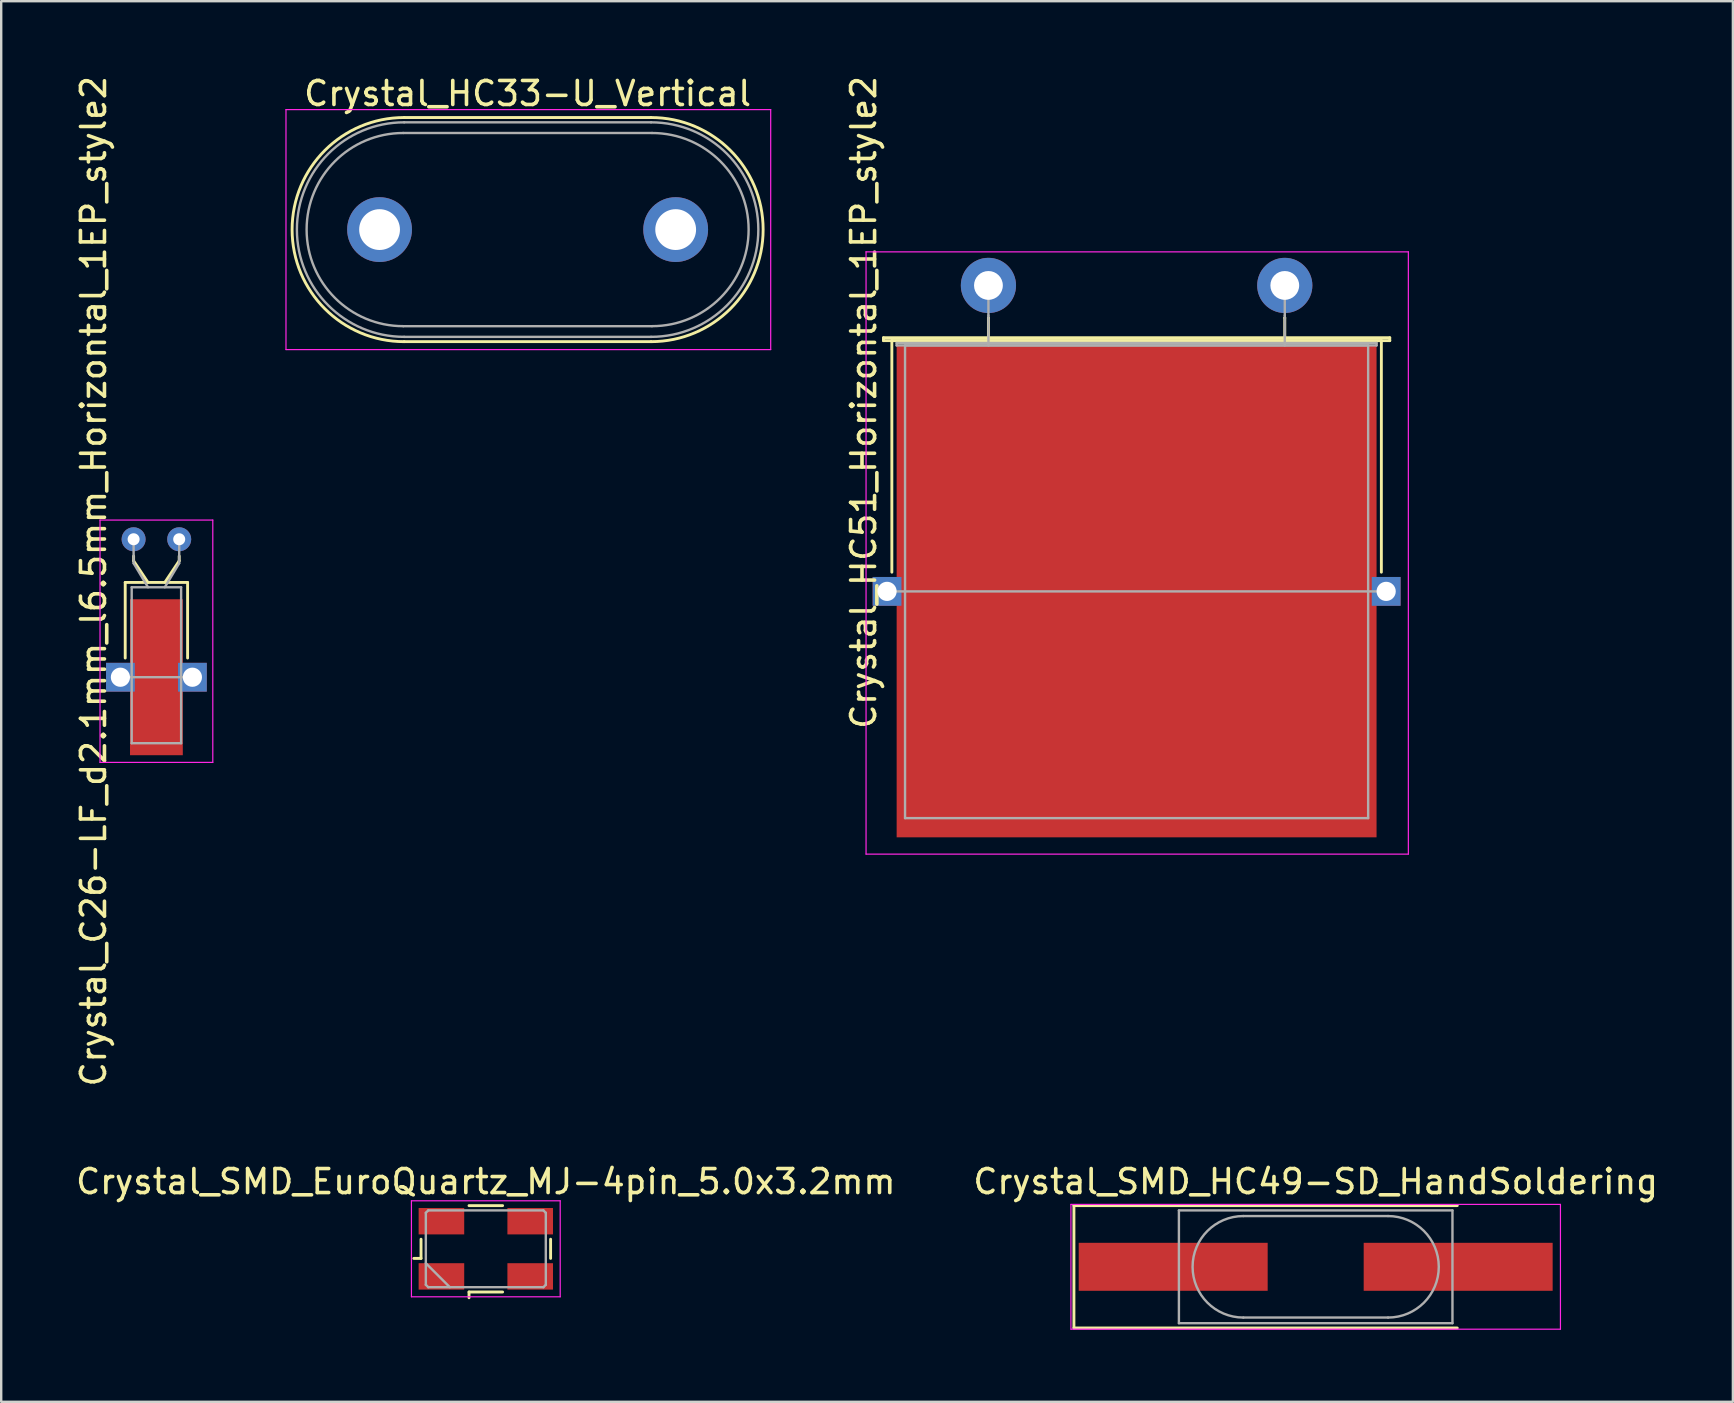
<source format=kicad_pcb>
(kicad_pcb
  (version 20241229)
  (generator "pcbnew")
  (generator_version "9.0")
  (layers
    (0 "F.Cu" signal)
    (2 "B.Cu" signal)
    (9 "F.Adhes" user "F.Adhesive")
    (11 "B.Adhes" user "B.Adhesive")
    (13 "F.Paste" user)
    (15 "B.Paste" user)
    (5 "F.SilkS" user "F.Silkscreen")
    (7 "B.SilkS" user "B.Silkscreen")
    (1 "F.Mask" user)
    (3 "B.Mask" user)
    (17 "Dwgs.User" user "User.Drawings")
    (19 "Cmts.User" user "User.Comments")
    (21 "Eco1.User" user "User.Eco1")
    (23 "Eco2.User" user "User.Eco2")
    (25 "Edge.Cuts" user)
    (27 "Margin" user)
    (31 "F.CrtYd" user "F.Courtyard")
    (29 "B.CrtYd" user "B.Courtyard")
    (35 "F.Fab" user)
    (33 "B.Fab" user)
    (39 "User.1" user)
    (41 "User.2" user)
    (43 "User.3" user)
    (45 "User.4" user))
  (footprint "Crystal_SMD_EuroQuartz_MJ-4pin_5.0x3.2mm"
    (layer "F.Cu")
    (at 17.196 48.993)
    (property "Reference" "Crystal_SMD_EuroQuartz_MJ-4pin_5.0x3.2mm" (at 0 -2.8 0) (layer "F.SilkS") (effects (font (size 1 1) (thickness 0.15))))
    (attr smd)
    (fp_line (start -3 0.4) (end -2.7 0.4) (stroke (width 0.12) (type solid)) (layer "F.SilkS"))
    (fp_line (start -2.7 0.4) (end -2.7 -0.4) (stroke (width 0.12) (type solid)) (layer "F.SilkS"))
    (fp_line (start -0.7 -1.8) (end 0.7 -1.8) (stroke (width 0.12) (type solid)) (layer "F.SilkS"))
    (fp_line (start -0.7 1.8) (end -0.7 2.04) (stroke (width 0.12) (type solid)) (layer "F.SilkS"))
    (fp_line (start 0.7 1.8) (end -0.7 1.8) (stroke (width 0.12) (type solid)) (layer "F.SilkS"))
    (fp_line (start 2.7 -0.4) (end 2.7 0.4) (stroke (width 0.12) (type solid)) (layer "F.SilkS"))
    (fp_line (start -3.1 -2) (end -3.1 2) (stroke (width 0.05) (type solid)) (layer "F.CrtYd"))
    (fp_line (start -3.1 2) (end 3.1 2) (stroke (width 0.05) (type solid)) (layer "F.CrtYd"))
    (fp_line (start 3.1 -2) (end -3.1 -2) (stroke (width 0.05) (type solid)) (layer "F.CrtYd"))
    (fp_line (start 3.1 2) (end 3.1 -2) (stroke (width 0.05) (type solid)) (layer "F.CrtYd"))
    (fp_line (start -2.5 -1.5) (end -2.4 -1.6) (stroke (width 0.1) (type solid)) (layer "F.Fab"))
    (fp_line (start -2.5 0.6) (end -1.5 1.6) (stroke (width 0.1) (type solid)) (layer "F.Fab"))
    (fp_line (start -2.5 1.5) (end -2.5 -1.5) (stroke (width 0.1) (type solid)) (layer "F.Fab"))
    (fp_line (start -2.4 -1.6) (end 2.4 -1.6) (stroke (width 0.1) (type solid)) (layer "F.Fab"))
    (fp_line (start -2.4 1.6) (end -2.5 1.5) (stroke (width 0.1) (type solid)) (layer "F.Fab"))
    (fp_line (start 2.4 -1.6) (end 2.5 -1.5) (stroke (width 0.1) (type solid)) (layer "F.Fab"))
    (fp_line (start 2.4 1.6) (end -2.4 1.6) (stroke (width 0.1) (type solid)) (layer "F.Fab"))
    (fp_line (start 2.5 -1.5) (end 2.5 1.5) (stroke (width 0.1) (type solid)) (layer "F.Fab"))
    (fp_line (start 2.5 1.5) (end 2.4 1.6) (stroke (width 0.1) (type solid)) (layer "F.Fab"))
    (pad "1" smd rect (at -1.85 1.15) (size 1.9 1.1) (layers "F.Cu" "F.Mask"))
    (pad "2" smd rect (at 1.85 1.15) (size 1.9 1.1) (layers "F.Cu" "F.Mask"))
    (pad "3" smd rect (at 1.85 -1.15) (size 1.9 1.1) (layers "F.Cu" "F.Mask"))
    (pad "4" smd rect (at -1.85 -1.15) (size 1.9 1.1) (layers "F.Cu" "F.Mask")))
  (footprint "Crystal_HC51_Horizontal_1EP_style2"
    (layer "F.Cu")
    (at 38.142 8.845)
    (property "Reference" "Crystal_HC51_Horizontal_1EP_style2" (at -5.2 4.875 90) (layer "F.SilkS") (effects (font (size 1 1) (thickness 0.15))))
    (attr through_hole)
    (fp_line (start -4.375 2.18) (end 16.725 2.18) (stroke (width 0.12) (type solid)) (layer "F.SilkS"))
    (fp_line (start -4.375 2.3) (end -4.375 2.18) (stroke (width 0.12) (type solid)) (layer "F.SilkS"))
    (fp_line (start -4.025 2.3) (end 16.375 2.3) (stroke (width 0.12) (type solid)) (layer "F.SilkS"))
    (fp_line (start -4.025 11.95) (end -4.025 2.3) (stroke (width 0.12) (type solid)) (layer "F.SilkS"))
    (fp_line (start 0 1.35) (end 0 1.35) (stroke (width 0.12) (type solid)) (layer "F.SilkS"))
    (fp_line (start 0 2.3) (end 0 1.35) (stroke (width 0.12) (type solid)) (layer "F.SilkS"))
    (fp_line (start 12.35 1.35) (end 12.35 1.35) (stroke (width 0.12) (type solid)) (layer "F.SilkS"))
    (fp_line (start 12.35 2.3) (end 12.35 1.35) (stroke (width 0.12) (type solid)) (layer "F.SilkS"))
    (fp_line (start 16.375 2.3) (end 16.375 11.95) (stroke (width 0.12) (type solid)) (layer "F.SilkS"))
    (fp_line (start 16.725 2.18) (end 16.725 2.3) (stroke (width 0.12) (type solid)) (layer "F.SilkS"))
    (fp_line (start 16.725 2.3) (end -4.375 2.3) (stroke (width 0.12) (type solid)) (layer "F.SilkS"))
    (fp_line (start -5.1 -1.4) (end -5.1 23.7) (stroke (width 0.05) (type solid)) (layer "F.CrtYd"))
    (fp_line (start -5.1 23.7) (end 17.5 23.7) (stroke (width 0.05) (type solid)) (layer "F.CrtYd"))
    (fp_line (start 17.5 -1.4) (end -5.1 -1.4) (stroke (width 0.05) (type solid)) (layer "F.CrtYd"))
    (fp_line (start 17.5 23.7) (end 17.5 -1.4) (stroke (width 0.05) (type solid)) (layer "F.CrtYd"))
    (fp_line (start -4.225 12.75) (end 16.575 12.75) (stroke (width 0.1) (type solid)) (layer "F.Fab"))
    (fp_line (start -3.825 2.4) (end 16.175 2.4) (stroke (width 0.1) (type solid)) (layer "F.Fab"))
    (fp_line (start -3.825 2.5) (end -3.825 2.4) (stroke (width 0.1) (type solid)) (layer "F.Fab"))
    (fp_line (start -3.475 2.5) (end -3.475 22.2) (stroke (width 0.1) (type solid)) (layer "F.Fab"))
    (fp_line (start -3.475 22.2) (end 15.825 22.2) (stroke (width 0.1) (type solid)) (layer "F.Fab"))
    (fp_line (start 0 1.25) (end 0 0) (stroke (width 0.1) (type solid)) (layer "F.Fab"))
    (fp_line (start 0 2.5) (end 0 1.25) (stroke (width 0.1) (type solid)) (layer "F.Fab"))
    (fp_line (start 12.35 1.25) (end 12.35 0) (stroke (width 0.1) (type solid)) (layer "F.Fab"))
    (fp_line (start 12.35 2.5) (end 12.35 1.25) (stroke (width 0.1) (type solid)) (layer "F.Fab"))
    (fp_line (start 15.825 2.5) (end -3.475 2.5) (stroke (width 0.1) (type solid)) (layer "F.Fab"))
    (fp_line (start 15.825 22.2) (end 15.825 2.5) (stroke (width 0.1) (type solid)) (layer "F.Fab"))
    (fp_line (start 16.175 2.4) (end 16.175 2.5) (stroke (width 0.1) (type solid)) (layer "F.Fab"))
    (fp_line (start 16.175 2.5) (end -3.825 2.5) (stroke (width 0.1) (type solid)) (layer "F.Fab"))
    (pad "1" thru_hole circle (at 0 0) (size 2.3 2.3) (drill 1.2) (layers "*.Cu" "*.Mask"))
    (pad "2" thru_hole circle (at 12.35 0) (size 2.3 2.3) (drill 1.2) (layers "*.Cu" "*.Mask"))
    (pad "3" thru_hole rect (at -4.225 12.75) (size 1.2 1.2) (drill 0.8) (layers "*.Cu" "*.Mask"))
    (pad "3" smd rect (at 6.175 12.75) (size 20 20.5) (layers "F.Cu" "F.Mask"))
    (pad "3" thru_hole rect (at 16.575 12.75) (size 1.2 1.2) (drill 0.8) (layers "*.Cu" "*.Mask")))
  (footprint "Crystal_SMD_HC49-SD_HandSoldering"
    (layer "F.Cu")
    (at 51.78 49.743)
    (property "Reference" "Crystal_SMD_HC49-SD_HandSoldering" (at 0 -3.55 0) (layer "F.SilkS") (effects (font (size 1 1) (thickness 0.15))))
    (attr smd)
    (fp_line (start -10.075 -2.55) (end -10.075 2.55) (stroke (width 0.12) (type solid)) (layer "F.SilkS"))
    (fp_line (start -10.075 2.55) (end 5.9 2.55) (stroke (width 0.12) (type solid)) (layer "F.SilkS"))
    (fp_line (start 5.9 -2.55) (end -10.075 -2.55) (stroke (width 0.12) (type solid)) (layer "F.SilkS"))
    (fp_line (start -10.2 -2.6) (end -10.2 2.6) (stroke (width 0.05) (type solid)) (layer "F.CrtYd"))
    (fp_line (start -10.2 2.6) (end 10.2 2.6) (stroke (width 0.05) (type solid)) (layer "F.CrtYd"))
    (fp_line (start 10.2 -2.6) (end -10.2 -2.6) (stroke (width 0.05) (type solid)) (layer "F.CrtYd"))
    (fp_line (start 10.2 2.6) (end 10.2 -2.6) (stroke (width 0.05) (type solid)) (layer "F.CrtYd"))
    (fp_line (start -5.7 -2.35) (end -5.7 2.35) (stroke (width 0.1) (type solid)) (layer "F.Fab"))
    (fp_line (start -5.7 2.35) (end 5.7 2.35) (stroke (width 0.1) (type solid)) (layer "F.Fab"))
    (fp_line (start -3.015 -2.115) (end 3.015 -2.115) (stroke (width 0.1) (type solid)) (layer "F.Fab"))
    (fp_line (start -3.015 2.115) (end 3.015 2.115) (stroke (width 0.1) (type solid)) (layer "F.Fab"))
    (fp_line (start 5.7 -2.35) (end -5.7 -2.35) (stroke (width 0.1) (type solid)) (layer "F.Fab"))
    (fp_line (start 5.7 2.35) (end 5.7 -2.35) (stroke (width 0.1) (type solid)) (layer "F.Fab"))
    (fp_arc (start -3.015 2.115) (mid -5.13 0) (end -3.015 -2.115) (stroke (width 0.1) (type solid)) (layer "F.Fab"))
    (fp_arc (start 3.015 -2.115) (mid 5.13 0) (end 3.015 2.115) (stroke (width 0.1) (type solid)) (layer "F.Fab"))
    (pad "1" smd rect (at -5.938 0) (size 7.875 2) (layers "F.Cu" "F.Mask"))
    (pad "2" smd rect (at 5.938 0) (size 7.875 2) (layers "F.Cu" "F.Mask")))
  (footprint "Crystal_HC33-U_Vertical"
    (layer "F.Cu")
    (at 12.768 6.518)
    (property "Reference" "Crystal_HC33-U_Vertical" (at 6.17 -5.67 0) (layer "F.SilkS") (effects (font (size 1 1) (thickness 0.15))))
    (attr through_hole)
    (fp_line (start 1.025 -4.67) (end 11.315 -4.67) (stroke (width 0.12) (type solid)) (layer "F.SilkS"))
    (fp_line (start 1.025 4.67) (end 11.315 4.67) (stroke (width 0.12) (type solid)) (layer "F.SilkS"))
    (fp_arc (start 1.025 4.67) (mid -3.645 0) (end 1.025 -4.67) (stroke (width 0.12) (type solid)) (layer "F.SilkS"))
    (fp_arc (start 11.315 -4.67) (mid 15.985 0) (end 11.315 4.67) (stroke (width 0.12) (type solid)) (layer "F.SilkS"))
    (fp_line (start -3.9 -5) (end -3.9 5) (stroke (width 0.05) (type solid)) (layer "F.CrtYd"))
    (fp_line (start -3.9 5) (end 16.3 5) (stroke (width 0.05) (type solid)) (layer "F.CrtYd"))
    (fp_line (start 16.3 -5) (end -3.9 -5) (stroke (width 0.05) (type solid)) (layer "F.CrtYd"))
    (fp_line (start 16.3 5) (end 16.3 -5) (stroke (width 0.05) (type solid)) (layer "F.CrtYd"))
    (fp_line (start 0.985 -4.025) (end 11.355 -4.025) (stroke (width 0.1) (type solid)) (layer "F.Fab"))
    (fp_line (start 0.985 4.025) (end 11.355 4.025) (stroke (width 0.1) (type solid)) (layer "F.Fab"))
    (fp_line (start 1.025 -4.47) (end 11.315 -4.47) (stroke (width 0.1) (type solid)) (layer "F.Fab"))
    (fp_line (start 1.025 4.47) (end 11.315 4.47) (stroke (width 0.1) (type solid)) (layer "F.Fab"))
    (fp_arc (start 0.985 4.025) (mid -3.04 0) (end 0.985 -4.025) (stroke (width 0.1) (type solid)) (layer "F.Fab"))
    (fp_arc (start 1.025 4.47) (mid -3.445 0) (end 1.025 -4.47) (stroke (width 0.1) (type solid)) (layer "F.Fab"))
    (fp_arc (start 11.315 -4.47) (mid 15.785 0) (end 11.315 4.47) (stroke (width 0.1) (type solid)) (layer "F.Fab"))
    (fp_arc (start 11.355 -4.025) (mid 15.38 0) (end 11.355 4.025) (stroke (width 0.1) (type solid)) (layer "F.Fab"))
    (pad "1" thru_hole circle (at 0 0) (size 2.7 2.7) (drill 1.7) (layers "*.Cu" "*.Mask"))
    (pad "2" thru_hole circle (at 12.34 0) (size 2.7 2.7) (drill 1.7) (layers "*.Cu" "*.Mask")))
  (footprint "Crystal_C26-LF_d2.1mm_l6.5mm_Horizontal_1EP_style2"
    (layer "F.Cu")
    (at 2.518 19.423)
    (property "Reference" "Crystal_C26-LF_d2.1mm_l6.5mm_Horizontal_1EP_style2" (at -1.67 1.75 90) (layer "F.SilkS") (effects (font (size 1 1) (thickness 0.15))))
    (attr through_hole)
    (fp_line (start -0.35 1.8) (end 2.25 1.8) (stroke (width 0.12) (type solid)) (layer "F.SilkS"))
    (fp_line (start -0.35 4.95) (end -0.35 1.8) (stroke (width 0.12) (type solid)) (layer "F.SilkS"))
    (fp_line (start 0 0.9) (end 0 0.7) (stroke (width 0.12) (type solid)) (layer "F.SilkS"))
    (fp_line (start 0.6 1.8) (end 0 0.9) (stroke (width 0.12) (type solid)) (layer "F.SilkS"))
    (fp_line (start 1.3 1.8) (end 1.9 0.9) (stroke (width 0.12) (type solid)) (layer "F.SilkS"))
    (fp_line (start 1.9 0.9) (end 1.9 0.7) (stroke (width 0.12) (type solid)) (layer "F.SilkS"))
    (fp_line (start 2.25 1.8) (end 2.25 4.95) (stroke (width 0.12) (type solid)) (layer "F.SilkS"))
    (fp_line (start -1.4 -0.8) (end -1.4 9.3) (stroke (width 0.05) (type solid)) (layer "F.CrtYd"))
    (fp_line (start -1.4 9.3) (end 3.3 9.3) (stroke (width 0.05) (type solid)) (layer "F.CrtYd"))
    (fp_line (start 3.3 -0.8) (end -1.4 -0.8) (stroke (width 0.05) (type solid)) (layer "F.CrtYd"))
    (fp_line (start 3.3 9.3) (end 3.3 -0.8) (stroke (width 0.05) (type solid)) (layer "F.CrtYd"))
    (fp_line (start -0.55 5.75) (end 2.45 5.75) (stroke (width 0.1) (type solid)) (layer "F.Fab"))
    (fp_line (start -0.08 2) (end -0.08 8.5) (stroke (width 0.1) (type solid)) (layer "F.Fab"))
    (fp_line (start -0.08 8.5) (end 1.98 8.5) (stroke (width 0.1) (type solid)) (layer "F.Fab"))
    (fp_line (start 0 1) (end 0 0) (stroke (width 0.1) (type solid)) (layer "F.Fab"))
    (fp_line (start 0.6 2) (end 0 1) (stroke (width 0.1) (type solid)) (layer "F.Fab"))
    (fp_line (start 1.3 2) (end 1.9 1) (stroke (width 0.1) (type solid)) (layer "F.Fab"))
    (fp_line (start 1.9 1) (end 1.9 0) (stroke (width 0.1) (type solid)) (layer "F.Fab"))
    (fp_line (start 1.98 2) (end -0.08 2) (stroke (width 0.1) (type solid)) (layer "F.Fab"))
    (fp_line (start 1.98 8.5) (end 1.98 2) (stroke (width 0.1) (type solid)) (layer "F.Fab"))
    (pad "1" thru_hole circle (at 0 0) (size 1 1) (drill 0.5) (layers "*.Cu" "*.Mask"))
    (pad "2" thru_hole circle (at 1.9 0) (size 1 1) (drill 0.5) (layers "*.Cu" "*.Mask"))
    (pad "3" thru_hole rect (at -0.55 5.75) (size 1.2 1.2) (drill 0.8) (layers "*.Cu" "*.Mask"))
    (pad "3" smd rect (at 0.95 5.75) (size 2.2 6.5) (layers "F.Cu" "F.Mask"))
    (pad "3" thru_hole rect (at 2.45 5.75) (size 1.2 1.2) (drill 0.8) (layers "*.Cu" "*.Mask")))
  (gr_rect
    (start -3 -3)
    (end 69.167 55.368)
    (stroke (width 0.1) (type default))
    (fill no)
    (layer "Edge.Cuts")))
</source>
